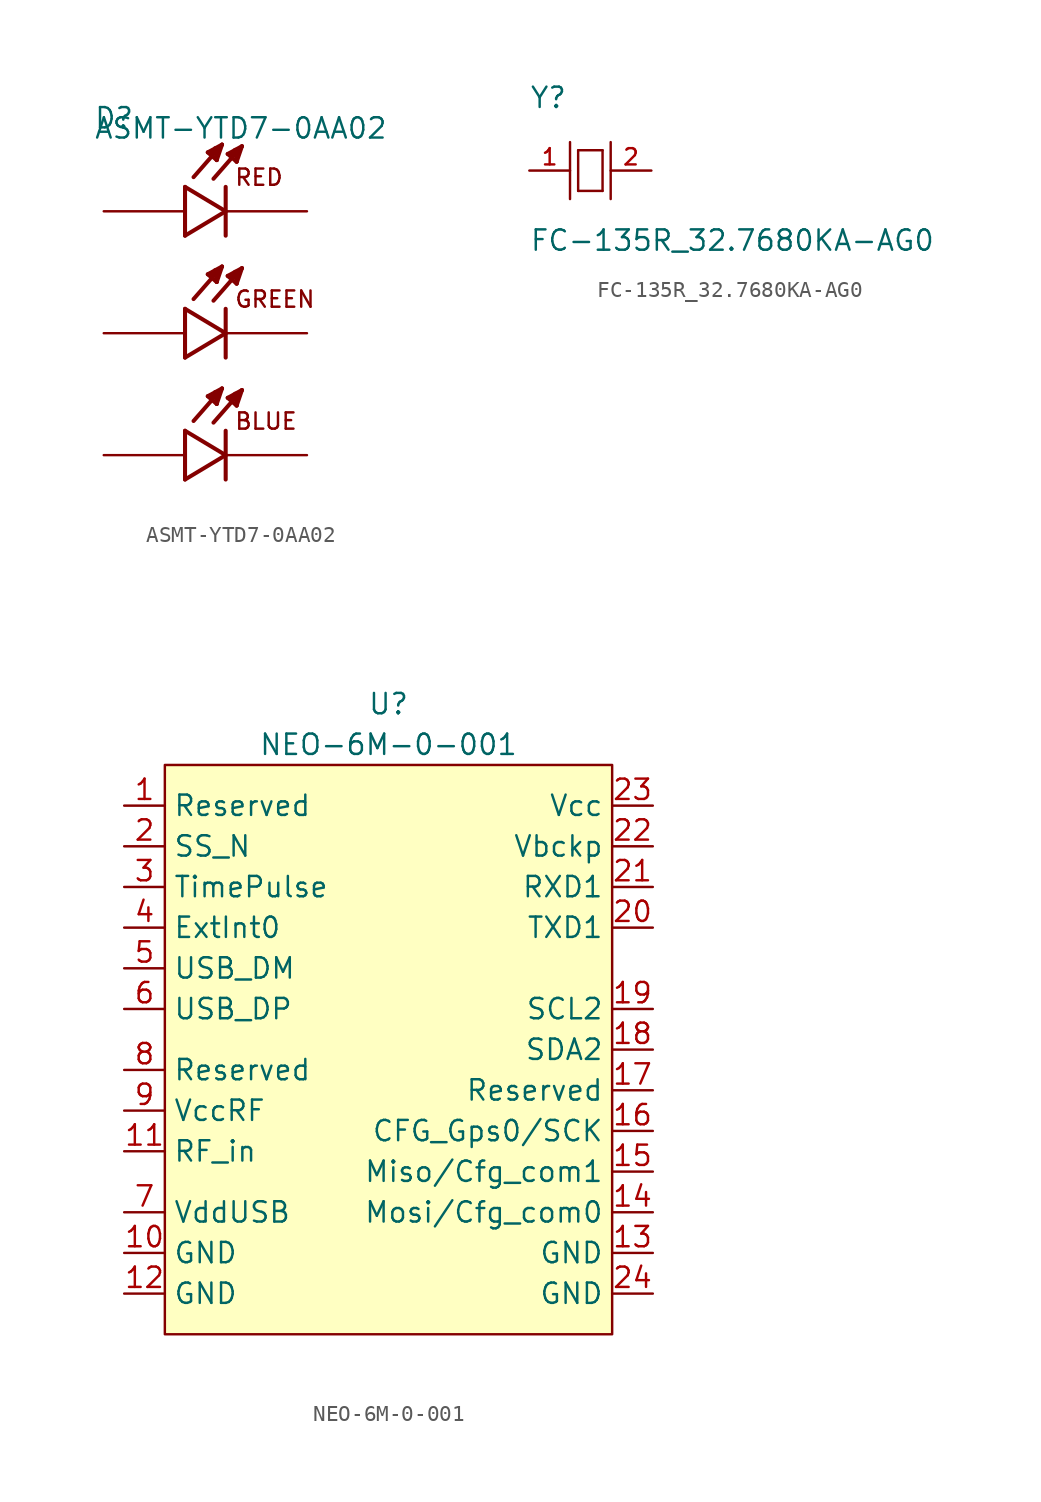
<source format=kicad_sym>
(kicad_symbol_lib
  (version 20211014)
  (generator kicad_symbol_editor)
  (symbol "ASMT-YTD7-0AA02"
    (pin_numbers hide)
    (pin_names
      (offset 1.016) hide)
    (property "Reference" "D"
      (at -5.715 12.7 0)
      (effects (font (size 1.27 1.27)) (justify left bottom)))
    (property "Value" "ASMT-YTD7-0AA02"
      (at -5.715 12.065 0)
      (effects (font (size 1.27 1.27)) (justify left bottom)))
    (property "ki_locked" ""
      (at 0 0 0)
      (effects (font (size 1.27 1.27))))
    (symbol "ASMT-YTD7-0AA02_0_0"
      (polyline (pts (xy 0 -9.144) (xy 2.54 -7.62)) (stroke (width 0.254) (type default) (color 0 0 0 0)) (fill (type none)))
      (polyline (pts (xy 0 -6.096) (xy 0 -9.144)) (stroke (width 0.254) (type default) (color 0 0 0 0)) (fill (type none)))
      (polyline (pts (xy 0 -1.524) (xy 2.54 0)) (stroke (width 0.254) (type default) (color 0 0 0 0)) (fill (type none)))
      (polyline (pts (xy 0 1.524) (xy 0 -1.524)) (stroke (width 0.254) (type default) (color 0 0 0 0)) (fill (type none)))
      (polyline (pts (xy 0 6.096) (xy 2.54 7.62)) (stroke (width 0.254) (type default) (color 0 0 0 0)) (fill (type none)))
      (polyline (pts (xy 0 9.144) (xy 0 6.096)) (stroke (width 0.254) (type default) (color 0 0 0 0)) (fill (type none)))
      (polyline (pts (xy 1.422 -3.937) (xy 2.311 -3.454)) (stroke (width 0.254) (type default) (color 0 0 0 0)) (fill (type none)))
      (polyline (pts (xy 1.422 3.683) (xy 2.311 4.166)) (stroke (width 0.254) (type default) (color 0 0 0 0)) (fill (type none)))
      (polyline (pts (xy 1.422 11.303) (xy 2.311 11.786)) (stroke (width 0.254) (type default) (color 0 0 0 0)) (fill (type none)))
      (polyline (pts (xy 1.6 -4.013) (xy 1.829 -3.861)) (stroke (width 0.254) (type default) (color 0 0 0 0)) (fill (type none)))
      (polyline (pts (xy 1.6 3.607) (xy 1.829 3.759)) (stroke (width 0.254) (type default) (color 0 0 0 0)) (fill (type none)))
      (polyline (pts (xy 1.6 11.227) (xy 1.829 11.379)) (stroke (width 0.254) (type default) (color 0 0 0 0)) (fill (type none)))
      (polyline (pts (xy 1.981 -4.42) (xy 1.422 -3.937)) (stroke (width 0.254) (type default) (color 0 0 0 0)) (fill (type none)))
      (polyline (pts (xy 1.981 -4.42) (xy 2.007 -3.683)) (stroke (width 0.254) (type default) (color 0 0 0 0)) (fill (type none)))
      (polyline (pts (xy 1.981 3.2) (xy 1.422 3.683)) (stroke (width 0.254) (type default) (color 0 0 0 0)) (fill (type none)))
      (polyline (pts (xy 1.981 3.2) (xy 2.007 3.937)) (stroke (width 0.254) (type default) (color 0 0 0 0)) (fill (type none)))
      (polyline (pts (xy 1.981 10.82) (xy 1.422 11.303)) (stroke (width 0.254) (type default) (color 0 0 0 0)) (fill (type none)))
      (polyline (pts (xy 1.981 10.82) (xy 2.007 11.557)) (stroke (width 0.254) (type default) (color 0 0 0 0)) (fill (type none)))
      (polyline (pts (xy 2.007 -3.683) (xy 1.88 -3.683)) (stroke (width 0.254) (type default) (color 0 0 0 0)) (fill (type none)))
      (polyline (pts (xy 2.007 3.937) (xy 1.88 3.937)) (stroke (width 0.254) (type default) (color 0 0 0 0)) (fill (type none)))
      (polyline (pts (xy 2.007 11.557) (xy 1.88 11.557)) (stroke (width 0.254) (type default) (color 0 0 0 0)) (fill (type none)))
      (polyline (pts (xy 2.311 -3.454) (xy 0.533 -5.486)) (stroke (width 0.254) (type default) (color 0 0 0 0)) (fill (type none)))
      (polyline (pts (xy 2.311 -3.454) (xy 1.981 -4.42)) (stroke (width 0.254) (type default) (color 0 0 0 0)) (fill (type none)))
      (polyline (pts (xy 2.311 4.166) (xy 0.533 2.134)) (stroke (width 0.254) (type default) (color 0 0 0 0)) (fill (type none)))
      (polyline (pts (xy 2.311 4.166) (xy 1.981 3.2)) (stroke (width 0.254) (type default) (color 0 0 0 0)) (fill (type none)))
      (polyline (pts (xy 2.311 11.786) (xy 0.533 9.754)) (stroke (width 0.254) (type default) (color 0 0 0 0)) (fill (type none)))
      (polyline (pts (xy 2.311 11.786) (xy 1.981 10.82)) (stroke (width 0.254) (type default) (color 0 0 0 0)) (fill (type none)))
      (polyline (pts (xy 2.54 -7.62) (xy 0 -6.096)) (stroke (width 0.254) (type default) (color 0 0 0 0)) (fill (type none)))
      (polyline (pts (xy 2.54 -6.096) (xy 2.54 -9.144)) (stroke (width 0.254) (type default) (color 0 0 0 0)) (fill (type none)))
      (polyline (pts (xy 2.54 0) (xy 0 1.524)) (stroke (width 0.254) (type default) (color 0 0 0 0)) (fill (type none)))
      (polyline (pts (xy 2.54 1.524) (xy 2.54 -1.524)) (stroke (width 0.254) (type default) (color 0 0 0 0)) (fill (type none)))
      (polyline (pts (xy 2.54 7.62) (xy 0 9.144)) (stroke (width 0.254) (type default) (color 0 0 0 0)) (fill (type none)))
      (polyline (pts (xy 2.54 9.144) (xy 2.54 6.096)) (stroke (width 0.254) (type default) (color 0 0 0 0)) (fill (type none)))
      (polyline (pts (xy 2.667 -4.039) (xy 3.556 -3.556)) (stroke (width 0.254) (type default) (color 0 0 0 0)) (fill (type none)))
      (polyline (pts (xy 2.667 3.581) (xy 3.556 4.064)) (stroke (width 0.254) (type default) (color 0 0 0 0)) (fill (type none)))
      (polyline (pts (xy 2.667 11.201) (xy 3.556 11.684)) (stroke (width 0.254) (type default) (color 0 0 0 0)) (fill (type none)))
      (polyline (pts (xy 2.845 -4.115) (xy 3.073 -3.962)) (stroke (width 0.254) (type default) (color 0 0 0 0)) (fill (type none)))
      (polyline (pts (xy 2.845 3.505) (xy 3.073 3.658)) (stroke (width 0.254) (type default) (color 0 0 0 0)) (fill (type none)))
      (polyline (pts (xy 2.845 11.125) (xy 3.073 11.278)) (stroke (width 0.254) (type default) (color 0 0 0 0)) (fill (type none)))
      (polyline (pts (xy 3.226 -4.521) (xy 2.667 -4.039)) (stroke (width 0.254) (type default) (color 0 0 0 0)) (fill (type none)))
      (polyline (pts (xy 3.226 -4.521) (xy 3.251 -3.785)) (stroke (width 0.254) (type default) (color 0 0 0 0)) (fill (type none)))
      (polyline (pts (xy 3.226 3.099) (xy 2.667 3.581)) (stroke (width 0.254) (type default) (color 0 0 0 0)) (fill (type none)))
      (polyline (pts (xy 3.226 3.099) (xy 3.251 3.835)) (stroke (width 0.254) (type default) (color 0 0 0 0)) (fill (type none)))
      (polyline (pts (xy 3.226 10.719) (xy 2.667 11.201)) (stroke (width 0.254) (type default) (color 0 0 0 0)) (fill (type none)))
      (polyline (pts (xy 3.226 10.719) (xy 3.251 11.455)) (stroke (width 0.254) (type default) (color 0 0 0 0)) (fill (type none)))
      (polyline (pts (xy 3.251 -3.785) (xy 3.124 -3.785)) (stroke (width 0.254) (type default) (color 0 0 0 0)) (fill (type none)))
      (polyline (pts (xy 3.251 3.835) (xy 3.124 3.835)) (stroke (width 0.254) (type default) (color 0 0 0 0)) (fill (type none)))
      (polyline (pts (xy 3.251 11.455) (xy 3.124 11.455)) (stroke (width 0.254) (type default) (color 0 0 0 0)) (fill (type none)))
      (polyline (pts (xy 3.556 -3.556) (xy 1.778 -5.588)) (stroke (width 0.254) (type default) (color 0 0 0 0)) (fill (type none)))
      (polyline (pts (xy 3.556 -3.556) (xy 3.226 -4.521)) (stroke (width 0.254) (type default) (color 0 0 0 0)) (fill (type none)))
      (polyline (pts (xy 3.556 4.064) (xy 1.778 2.032)) (stroke (width 0.254) (type default) (color 0 0 0 0)) (fill (type none)))
      (polyline (pts (xy 3.556 4.064) (xy 3.226 3.099)) (stroke (width 0.254) (type default) (color 0 0 0 0)) (fill (type none)))
      (polyline (pts (xy 3.556 11.684) (xy 1.778 9.652)) (stroke (width 0.254) (type default) (color 0 0 0 0)) (fill (type none)))
      (polyline (pts (xy 3.556 11.684) (xy 3.226 10.719)) (stroke (width 0.254) (type default) (color 0 0 0 0)) (fill (type none)))
      (text "BLUE" (at 3.048 -6.096 0) (effects (font (size 1.016 1.016)) (justify left bottom)))
      (text "GREEN" (at 3.048 1.524 0) (effects (font (size 1.016 1.016)) (justify left bottom)))
      (text "RED" (at 3.048 9.144 0) (effects (font (size 1.016 1.016)) (justify left bottom)))
      (pin passive line (at 7.62 -7.62 180) (length 5.08) (name "~" (effects (font (size 1.016 1.016)))) (number "1" (effects (font (size 1.016 1.016)))))
      (pin passive line (at 7.62 0 180) (length 5.08) (name "~" (effects (font (size 1.016 1.016)))) (number "2" (effects (font (size 1.016 1.016)))))
      (pin passive line (at 7.62 7.62 180) (length 5.08) (name "~" (effects (font (size 1.016 1.016)))) (number "3" (effects (font (size 1.016 1.016)))))
      (pin passive line (at -5.08 7.62 0) (length 5.08) (name "~" (effects (font (size 1.016 1.016)))) (number "4" (effects (font (size 1.016 1.016)))))
      (pin passive line (at -5.08 0 0) (length 5.08) (name "~" (effects (font (size 1.016 1.016)))) (number "5" (effects (font (size 1.016 1.016)))))
      (pin passive line (at -5.08 -7.62 0) (length 5.08) (name "~" (effects (font (size 1.016 1.016)))) (number "6" (effects (font (size 1.016 1.016)))))))
  (symbol "FC-135R_32.7680KA-AG0"
    (pin_names
      (offset 1.016) hide)
    (property "Reference" "Y"
      (at -3.81 3.81 0)
      (effects (font (size 1.27 1.27)) (justify left bottom)))
    (property "Value" "FC-135R_32.7680KA-AG0"
      (at -3.81 -5.105 0)
      (effects (font (size 1.27 1.27)) (justify left bottom)))
    (property "ki_locked" ""
      (at 0 0 0)
      (effects (font (size 1.27 1.27))))
    (symbol "FC-135R_32.7680KA-AG0_0_0"
      (polyline (pts (xy -1.27 1.778) (xy -1.27 -1.778)) (stroke (width 0.152) (type default) (color 0 0 0 0)) (fill (type none)))
      (polyline (pts (xy -0.762 -1.27) (xy -0.762 1.27)) (stroke (width 0.152) (type default) (color 0 0 0 0)) (fill (type none)))
      (polyline (pts (xy -0.762 1.27) (xy 0.762 1.27)) (stroke (width 0.152) (type default) (color 0 0 0 0)) (fill (type none)))
      (polyline (pts (xy 0.762 -1.27) (xy -0.762 -1.27)) (stroke (width 0.152) (type default) (color 0 0 0 0)) (fill (type none)))
      (polyline (pts (xy 0.762 1.27) (xy 0.762 -1.27)) (stroke (width 0.152) (type default) (color 0 0 0 0)) (fill (type none)))
      (polyline (pts (xy 1.27 -1.778) (xy 1.27 1.778)) (stroke (width 0.152) (type default) (color 0 0 0 0)) (fill (type none)))
      (pin passive line (at -3.81 0 0) (length 2.54) (name "~" (effects (font (size 1.016 1.016)))) (number "1" (effects (font (size 1.016 1.016)))))
      (pin passive line (at 3.81 0 180) (length 2.54) (name "~" (effects (font (size 1.016 1.016)))) (number "2" (effects (font (size 1.016 1.016)))))))
  (symbol "NEO-6M-0-001"
    (property "Reference" "U"
      (at 0 20.32 0)
      (effects (font (size 1.27 1.27))))
    (property "Value" "NEO-6M-0-001"
      (at 0 17.78 0)
      (effects (font (size 1.27 1.27))))
    (symbol "NEO-6M-0-001_0_1"
      (rectangle (start -13.97 16.51) (end 13.97 -19.05) (stroke (width 0) (type default) (color 0 0 0 0)) (fill (type background))))
    (symbol "NEO-6M-0-001_1_1"
      (pin input line (at -16.51 13.97 0) (length 2.54) (name "Reserved" (effects (font (size 1.27 1.27)))) (number "1" (effects (font (size 1.27 1.27)))))
      (pin input line (at -16.51 -13.97 0) (length 2.54) (name "GND" (effects (font (size 1.27 1.27)))) (number "10" (effects (font (size 1.27 1.27)))))
      (pin input line (at -16.51 -7.62 0) (length 2.54) (name "RF_in" (effects (font (size 1.27 1.27)))) (number "11" (effects (font (size 1.27 1.27)))))
      (pin input line (at -16.51 -16.51 0) (length 2.54) (name "GND" (effects (font (size 1.27 1.27)))) (number "12" (effects (font (size 1.27 1.27)))))
      (pin input line (at 16.51 -13.97 180) (length 2.54) (name "GND" (effects (font (size 1.27 1.27)))) (number "13" (effects (font (size 1.27 1.27)))))
      (pin input line (at 16.51 -11.43 180) (length 2.54) (name "Mosi/Cfg_com0" (effects (font (size 1.27 1.27)))) (number "14" (effects (font (size 1.27 1.27)))))
      (pin input line (at 16.51 -8.89 180) (length 2.54) (name "Miso/Cfg_com1" (effects (font (size 1.27 1.27)))) (number "15" (effects (font (size 1.27 1.27)))))
      (pin input line (at 16.51 -6.35 180) (length 2.54) (name "CFG_Gps0/SCK" (effects (font (size 1.27 1.27)))) (number "16" (effects (font (size 1.27 1.27)))))
      (pin input line (at 16.51 -3.81 180) (length 2.54) (name "Reserved" (effects (font (size 1.27 1.27)))) (number "17" (effects (font (size 1.27 1.27)))))
      (pin input line (at 16.51 -1.27 180) (length 2.54) (name "SDA2" (effects (font (size 1.27 1.27)))) (number "18" (effects (font (size 1.27 1.27)))))
      (pin input line (at 16.51 1.27 180) (length 2.54) (name "SCL2" (effects (font (size 1.27 1.27)))) (number "19" (effects (font (size 1.27 1.27)))))
      (pin input line (at -16.51 11.43 0) (length 2.54) (name "SS_N" (effects (font (size 1.27 1.27)))) (number "2" (effects (font (size 1.27 1.27)))))
      (pin input line (at 16.51 6.35 180) (length 2.54) (name "TXD1" (effects (font (size 1.27 1.27)))) (number "20" (effects (font (size 1.27 1.27)))))
      (pin input line (at 16.51 8.89 180) (length 2.54) (name "RXD1" (effects (font (size 1.27 1.27)))) (number "21" (effects (font (size 1.27 1.27)))))
      (pin input line (at 16.51 11.43 180) (length 2.54) (name "Vbckp" (effects (font (size 1.27 1.27)))) (number "22" (effects (font (size 1.27 1.27)))))
      (pin input line (at 16.51 13.97 180) (length 2.54) (name "Vcc" (effects (font (size 1.27 1.27)))) (number "23" (effects (font (size 1.27 1.27)))))
      (pin input line (at 16.51 -16.51 180) (length 2.54) (name "GND" (effects (font (size 1.27 1.27)))) (number "24" (effects (font (size 1.27 1.27)))))
      (pin input line (at -16.51 8.89 0) (length 2.54) (name "TimePulse" (effects (font (size 1.27 1.27)))) (number "3" (effects (font (size 1.27 1.27)))))
      (pin input line (at -16.51 6.35 0) (length 2.54) (name "ExtInt0" (effects (font (size 1.27 1.27)))) (number "4" (effects (font (size 1.27 1.27)))))
      (pin input line (at -16.51 3.81 0) (length 2.54) (name "USB_DM" (effects (font (size 1.27 1.27)))) (number "5" (effects (font (size 1.27 1.27)))))
      (pin input line (at -16.51 1.27 0) (length 2.54) (name "USB_DP" (effects (font (size 1.27 1.27)))) (number "6" (effects (font (size 1.27 1.27)))))
      (pin input line (at -16.51 -11.43 0) (length 2.54) (name "VddUSB" (effects (font (size 1.27 1.27)))) (number "7" (effects (font (size 1.27 1.27)))))
      (pin input line (at -16.51 -2.54 0) (length 2.54) (name "Reserved" (effects (font (size 1.27 1.27)))) (number "8" (effects (font (size 1.27 1.27)))))
      (pin input line (at -16.51 -5.08 0) (length 2.54) (name "VccRF" (effects (font (size 1.27 1.27)))) (number "9" (effects (font (size 1.27 1.27))))))))
</source>
